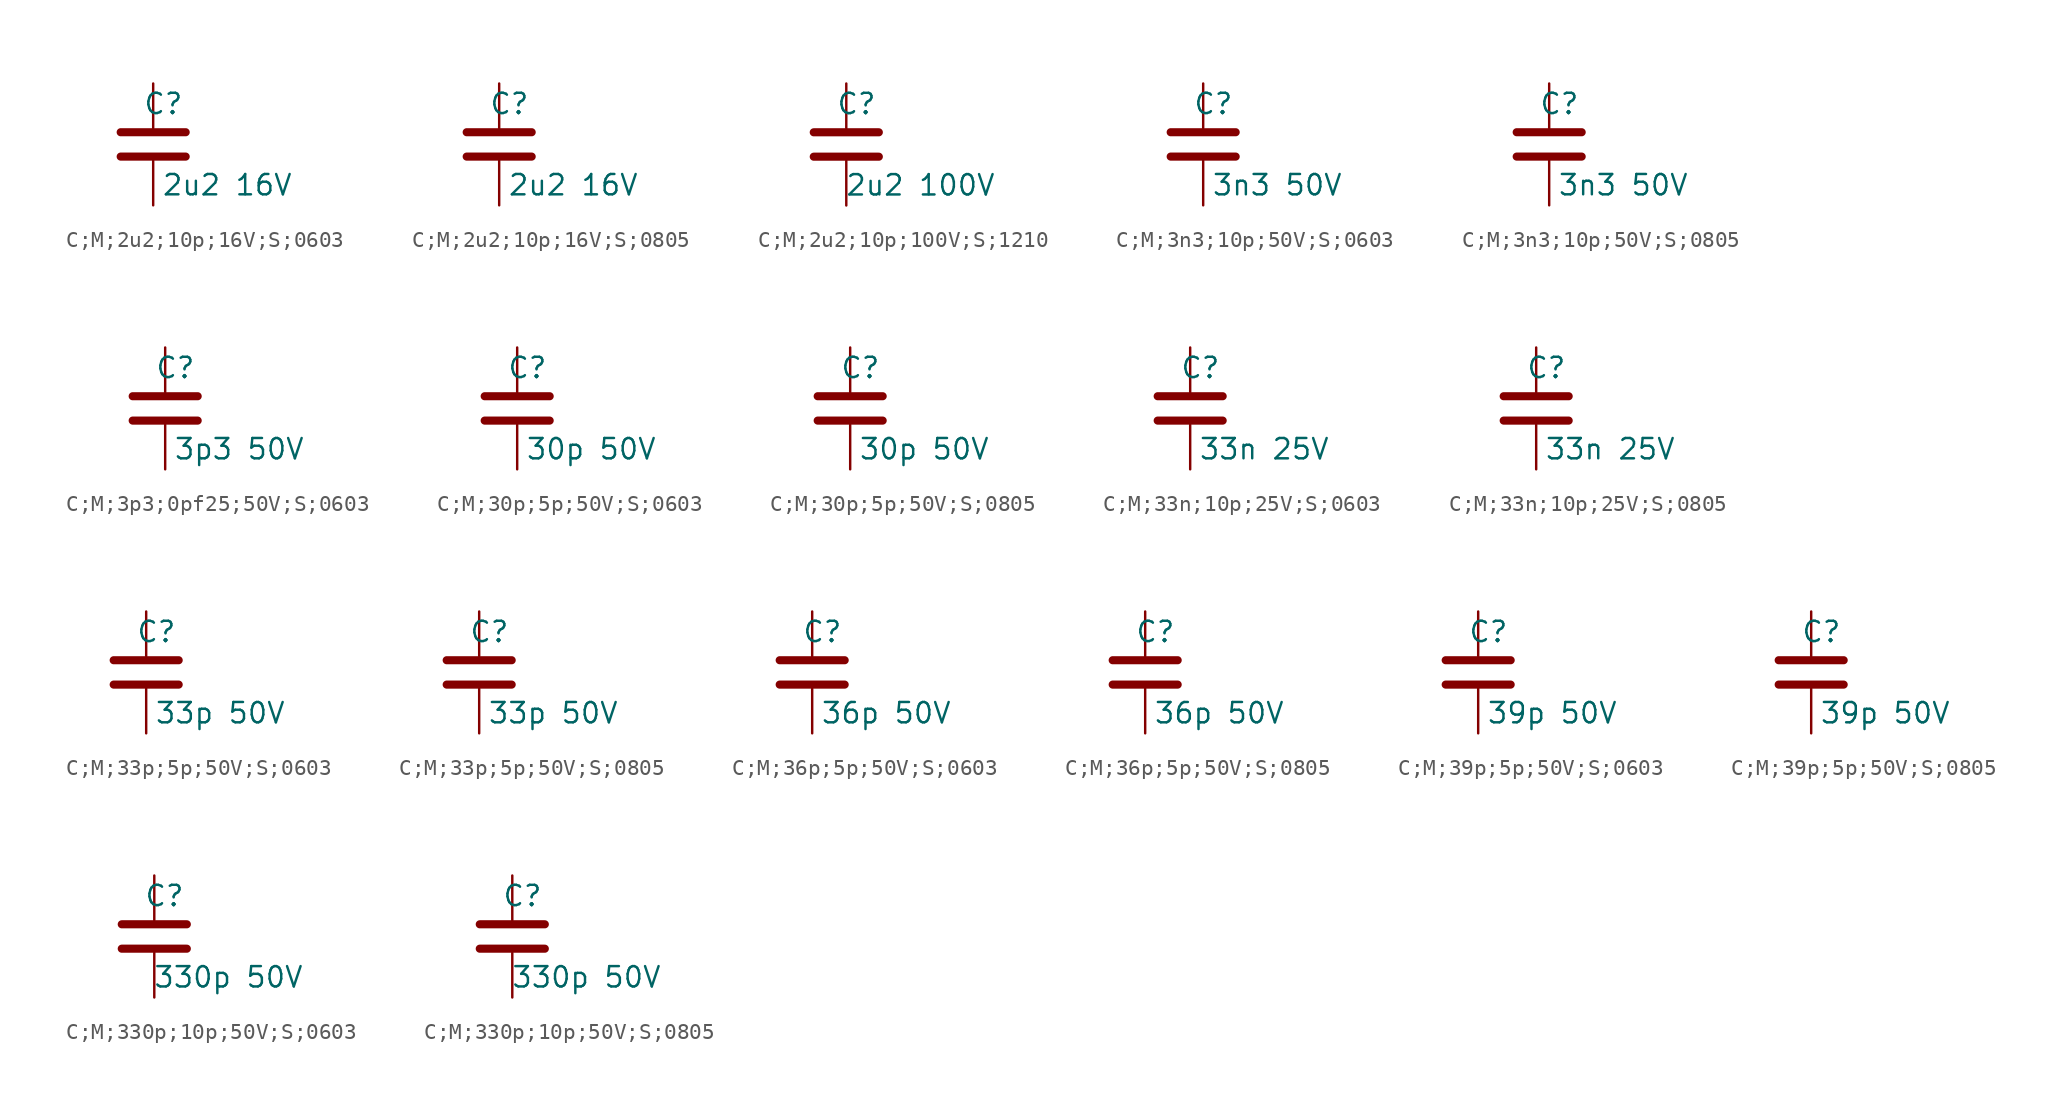
<source format=kicad_sym>
(kicad_symbol_lib
  (version 20231120)
  (generator "kicad_symbol_editor")
  (generator_version "8.0")
  (symbol "C;M;2u2;10p;16V;S;0603"
    (pin_numbers hide)
    (pin_names
      (offset 0.254))
    (property "Reference" "C"
      (at 0.635 2.54 0)
      (effects (font (size 1.27 1.27))))
    (property "Value" "2u2 16V"
      (at 4.635 -2.54 0)
      (effects (font (size 1.27 1.27))))
    (symbol "C;M;2u2;10p;16V;S;0603_0_1"
      (polyline (pts (xy -2.032 -0.762) (xy 2.032 -0.762)) (stroke (width 0.508) (type default)) (fill (type none)))
      (polyline (pts (xy -2.032 0.762) (xy 2.032 0.762)) (stroke (width 0.508) (type default)) (fill (type none))))
    (symbol "C;M;2u2;10p;16V;S;0603_1_1"
      (pin passive line (at 0 3.81 270) (length 2.794) (name "~" (effects (font (size 1.27 1.27)))) (number "1" (effects (font (size 1.27 1.27)))))
      (pin passive line (at 0 -3.81 90) (length 2.794) (name "~" (effects (font (size 1.27 1.27)))) (number "2" (effects (font (size 1.27 1.27)))))))
  (symbol "C;M;2u2;10p;16V;S;0805"
    (pin_numbers hide)
    (pin_names
      (offset 0.254))
    (property "Reference" "C"
      (at 0.635 2.54 0)
      (effects (font (size 1.27 1.27))))
    (property "Value" "2u2 16V"
      (at 4.635 -2.54 0)
      (effects (font (size 1.27 1.27))))
    (symbol "C;M;2u2;10p;16V;S;0805_0_1"
      (polyline (pts (xy -2.032 -0.762) (xy 2.032 -0.762)) (stroke (width 0.508) (type default)) (fill (type none)))
      (polyline (pts (xy -2.032 0.762) (xy 2.032 0.762)) (stroke (width 0.508) (type default)) (fill (type none))))
    (symbol "C;M;2u2;10p;16V;S;0805_1_1"
      (pin passive line (at 0 3.81 270) (length 2.794) (name "~" (effects (font (size 1.27 1.27)))) (number "1" (effects (font (size 1.27 1.27)))))
      (pin passive line (at 0 -3.81 90) (length 2.794) (name "~" (effects (font (size 1.27 1.27)))) (number "2" (effects (font (size 1.27 1.27)))))))
  (symbol "C;M;2u2;10p;100V;S;1210"
    (pin_numbers hide)
    (pin_names
      (offset 0.254))
    (property "Reference" "C"
      (at 0.635 2.54 0)
      (effects (font (size 1.27 1.27))))
    (property "Value" "2u2 100V"
      (at 4.635 -2.54 0)
      (effects (font (size 1.27 1.27))))
    (symbol "C;M;2u2;10p;100V;S;1210_0_1"
      (polyline (pts (xy -2.032 -0.762) (xy 2.032 -0.762)) (stroke (width 0.508) (type default)) (fill (type none)))
      (polyline (pts (xy -2.032 0.762) (xy 2.032 0.762)) (stroke (width 0.508) (type default)) (fill (type none))))
    (symbol "C;M;2u2;10p;100V;S;1210_1_1"
      (pin passive line (at 0 3.81 270) (length 2.794) (name "~" (effects (font (size 1.27 1.27)))) (number "1" (effects (font (size 1.27 1.27)))))
      (pin passive line (at 0 -3.81 90) (length 2.794) (name "~" (effects (font (size 1.27 1.27)))) (number "2" (effects (font (size 1.27 1.27)))))))
  (symbol "C;M;3n3;10p;50V;S;0603"
    (pin_numbers hide)
    (pin_names
      (offset 0.254))
    (property "Reference" "C"
      (at 0.635 2.54 0)
      (effects (font (size 1.27 1.27))))
    (property "Value" "3n3 50V"
      (at 4.635 -2.54 0)
      (effects (font (size 1.27 1.27))))
    (symbol "C;M;3n3;10p;50V;S;0603_0_1"
      (polyline (pts (xy -2.032 -0.762) (xy 2.032 -0.762)) (stroke (width 0.508) (type default)) (fill (type none)))
      (polyline (pts (xy -2.032 0.762) (xy 2.032 0.762)) (stroke (width 0.508) (type default)) (fill (type none))))
    (symbol "C;M;3n3;10p;50V;S;0603_1_1"
      (pin passive line (at 0 3.81 270) (length 2.794) (name "~" (effects (font (size 1.27 1.27)))) (number "1" (effects (font (size 1.27 1.27)))))
      (pin passive line (at 0 -3.81 90) (length 2.794) (name "~" (effects (font (size 1.27 1.27)))) (number "2" (effects (font (size 1.27 1.27)))))))
  (symbol "C;M;3n3;10p;50V;S;0805"
    (pin_numbers hide)
    (pin_names
      (offset 0.254))
    (property "Reference" "C"
      (at 0.635 2.54 0)
      (effects (font (size 1.27 1.27))))
    (property "Value" "3n3 50V"
      (at 4.635 -2.54 0)
      (effects (font (size 1.27 1.27))))
    (symbol "C;M;3n3;10p;50V;S;0805_0_1"
      (polyline (pts (xy -2.032 -0.762) (xy 2.032 -0.762)) (stroke (width 0.508) (type default)) (fill (type none)))
      (polyline (pts (xy -2.032 0.762) (xy 2.032 0.762)) (stroke (width 0.508) (type default)) (fill (type none))))
    (symbol "C;M;3n3;10p;50V;S;0805_1_1"
      (pin passive line (at 0 3.81 270) (length 2.794) (name "~" (effects (font (size 1.27 1.27)))) (number "1" (effects (font (size 1.27 1.27)))))
      (pin passive line (at 0 -3.81 90) (length 2.794) (name "~" (effects (font (size 1.27 1.27)))) (number "2" (effects (font (size 1.27 1.27)))))))
  (symbol "C;M;3p3;0pf25;50V;S;0603"
    (pin_numbers hide)
    (pin_names
      (offset 0.254))
    (property "Reference" "C"
      (at 0.635 2.54 0)
      (effects (font (size 1.27 1.27))))
    (property "Value" "3p3 50V"
      (at 4.635 -2.54 0)
      (effects (font (size 1.27 1.27))))
    (symbol "C;M;3p3;0pf25;50V;S;0603_0_1"
      (polyline (pts (xy -2.032 -0.762) (xy 2.032 -0.762)) (stroke (width 0.508) (type default)) (fill (type none)))
      (polyline (pts (xy -2.032 0.762) (xy 2.032 0.762)) (stroke (width 0.508) (type default)) (fill (type none))))
    (symbol "C;M;3p3;0pf25;50V;S;0603_1_1"
      (pin passive line (at 0 3.81 270) (length 2.794) (name "~" (effects (font (size 1.27 1.27)))) (number "1" (effects (font (size 1.27 1.27)))))
      (pin passive line (at 0 -3.81 90) (length 2.794) (name "~" (effects (font (size 1.27 1.27)))) (number "2" (effects (font (size 1.27 1.27)))))))
  (symbol "C;M;30p;5p;50V;S;0603"
    (pin_numbers hide)
    (pin_names
      (offset 0.254))
    (property "Reference" "C"
      (at 0.635 2.54 0)
      (effects (font (size 1.27 1.27))))
    (property "Value" "30p 50V"
      (at 4.635 -2.54 0)
      (effects (font (size 1.27 1.27))))
    (symbol "C;M;30p;5p;50V;S;0603_0_1"
      (polyline (pts (xy -2.032 -0.762) (xy 2.032 -0.762)) (stroke (width 0.508) (type default)) (fill (type none)))
      (polyline (pts (xy -2.032 0.762) (xy 2.032 0.762)) (stroke (width 0.508) (type default)) (fill (type none))))
    (symbol "C;M;30p;5p;50V;S;0603_1_1"
      (pin passive line (at 0 3.81 270) (length 2.794) (name "~" (effects (font (size 1.27 1.27)))) (number "1" (effects (font (size 1.27 1.27)))))
      (pin passive line (at 0 -3.81 90) (length 2.794) (name "~" (effects (font (size 1.27 1.27)))) (number "2" (effects (font (size 1.27 1.27)))))))
  (symbol "C;M;30p;5p;50V;S;0805"
    (pin_numbers hide)
    (pin_names
      (offset 0.254))
    (property "Reference" "C"
      (at 0.635 2.54 0)
      (effects (font (size 1.27 1.27))))
    (property "Value" "30p 50V"
      (at 4.635 -2.54 0)
      (effects (font (size 1.27 1.27))))
    (symbol "C;M;30p;5p;50V;S;0805_0_1"
      (polyline (pts (xy -2.032 -0.762) (xy 2.032 -0.762)) (stroke (width 0.508) (type default)) (fill (type none)))
      (polyline (pts (xy -2.032 0.762) (xy 2.032 0.762)) (stroke (width 0.508) (type default)) (fill (type none))))
    (symbol "C;M;30p;5p;50V;S;0805_1_1"
      (pin passive line (at 0 3.81 270) (length 2.794) (name "~" (effects (font (size 1.27 1.27)))) (number "1" (effects (font (size 1.27 1.27)))))
      (pin passive line (at 0 -3.81 90) (length 2.794) (name "~" (effects (font (size 1.27 1.27)))) (number "2" (effects (font (size 1.27 1.27)))))))
  (symbol "C;M;33n;10p;25V;S;0603"
    (pin_numbers hide)
    (pin_names
      (offset 0.254))
    (property "Reference" "C"
      (at 0.635 2.54 0)
      (effects (font (size 1.27 1.27))))
    (property "Value" "33n 25V"
      (at 4.635 -2.54 0)
      (effects (font (size 1.27 1.27))))
    (symbol "C;M;33n;10p;25V;S;0603_0_1"
      (polyline (pts (xy -2.032 -0.762) (xy 2.032 -0.762)) (stroke (width 0.508) (type default)) (fill (type none)))
      (polyline (pts (xy -2.032 0.762) (xy 2.032 0.762)) (stroke (width 0.508) (type default)) (fill (type none))))
    (symbol "C;M;33n;10p;25V;S;0603_1_1"
      (pin passive line (at 0 3.81 270) (length 2.794) (name "~" (effects (font (size 1.27 1.27)))) (number "1" (effects (font (size 1.27 1.27)))))
      (pin passive line (at 0 -3.81 90) (length 2.794) (name "~" (effects (font (size 1.27 1.27)))) (number "2" (effects (font (size 1.27 1.27)))))))
  (symbol "C;M;33n;10p;25V;S;0805"
    (pin_numbers hide)
    (pin_names
      (offset 0.254))
    (property "Reference" "C"
      (at 0.635 2.54 0)
      (effects (font (size 1.27 1.27))))
    (property "Value" "33n 25V"
      (at 4.635 -2.54 0)
      (effects (font (size 1.27 1.27))))
    (symbol "C;M;33n;10p;25V;S;0805_0_1"
      (polyline (pts (xy -2.032 -0.762) (xy 2.032 -0.762)) (stroke (width 0.508) (type default)) (fill (type none)))
      (polyline (pts (xy -2.032 0.762) (xy 2.032 0.762)) (stroke (width 0.508) (type default)) (fill (type none))))
    (symbol "C;M;33n;10p;25V;S;0805_1_1"
      (pin passive line (at 0 3.81 270) (length 2.794) (name "~" (effects (font (size 1.27 1.27)))) (number "1" (effects (font (size 1.27 1.27)))))
      (pin passive line (at 0 -3.81 90) (length 2.794) (name "~" (effects (font (size 1.27 1.27)))) (number "2" (effects (font (size 1.27 1.27)))))))
  (symbol "C;M;33p;5p;50V;S;0603"
    (pin_numbers hide)
    (pin_names
      (offset 0.254))
    (property "Reference" "C"
      (at 0.635 2.54 0)
      (effects (font (size 1.27 1.27))))
    (property "Value" "33p 50V"
      (at 4.635 -2.54 0)
      (effects (font (size 1.27 1.27))))
    (symbol "C;M;33p;5p;50V;S;0603_0_1"
      (polyline (pts (xy -2.032 -0.762) (xy 2.032 -0.762)) (stroke (width 0.508) (type default)) (fill (type none)))
      (polyline (pts (xy -2.032 0.762) (xy 2.032 0.762)) (stroke (width 0.508) (type default)) (fill (type none))))
    (symbol "C;M;33p;5p;50V;S;0603_1_1"
      (pin passive line (at 0 3.81 270) (length 2.794) (name "~" (effects (font (size 1.27 1.27)))) (number "1" (effects (font (size 1.27 1.27)))))
      (pin passive line (at 0 -3.81 90) (length 2.794) (name "~" (effects (font (size 1.27 1.27)))) (number "2" (effects (font (size 1.27 1.27)))))))
  (symbol "C;M;33p;5p;50V;S;0805"
    (pin_numbers hide)
    (pin_names
      (offset 0.254))
    (property "Reference" "C"
      (at 0.635 2.54 0)
      (effects (font (size 1.27 1.27))))
    (property "Value" "33p 50V"
      (at 4.635 -2.54 0)
      (effects (font (size 1.27 1.27))))
    (symbol "C;M;33p;5p;50V;S;0805_0_1"
      (polyline (pts (xy -2.032 -0.762) (xy 2.032 -0.762)) (stroke (width 0.508) (type default)) (fill (type none)))
      (polyline (pts (xy -2.032 0.762) (xy 2.032 0.762)) (stroke (width 0.508) (type default)) (fill (type none))))
    (symbol "C;M;33p;5p;50V;S;0805_1_1"
      (pin passive line (at 0 3.81 270) (length 2.794) (name "~" (effects (font (size 1.27 1.27)))) (number "1" (effects (font (size 1.27 1.27)))))
      (pin passive line (at 0 -3.81 90) (length 2.794) (name "~" (effects (font (size 1.27 1.27)))) (number "2" (effects (font (size 1.27 1.27)))))))
  (symbol "C;M;36p;5p;50V;S;0603"
    (pin_numbers hide)
    (pin_names
      (offset 0.254))
    (property "Reference" "C"
      (at 0.635 2.54 0)
      (effects (font (size 1.27 1.27))))
    (property "Value" "36p 50V"
      (at 4.635 -2.54 0)
      (effects (font (size 1.27 1.27))))
    (symbol "C;M;36p;5p;50V;S;0603_0_1"
      (polyline (pts (xy -2.032 -0.762) (xy 2.032 -0.762)) (stroke (width 0.508) (type default)) (fill (type none)))
      (polyline (pts (xy -2.032 0.762) (xy 2.032 0.762)) (stroke (width 0.508) (type default)) (fill (type none))))
    (symbol "C;M;36p;5p;50V;S;0603_1_1"
      (pin passive line (at 0 3.81 270) (length 2.794) (name "~" (effects (font (size 1.27 1.27)))) (number "1" (effects (font (size 1.27 1.27)))))
      (pin passive line (at 0 -3.81 90) (length 2.794) (name "~" (effects (font (size 1.27 1.27)))) (number "2" (effects (font (size 1.27 1.27)))))))
  (symbol "C;M;36p;5p;50V;S;0805"
    (pin_numbers hide)
    (pin_names
      (offset 0.254))
    (property "Reference" "C"
      (at 0.635 2.54 0)
      (effects (font (size 1.27 1.27))))
    (property "Value" "36p 50V"
      (at 4.635 -2.54 0)
      (effects (font (size 1.27 1.27))))
    (symbol "C;M;36p;5p;50V;S;0805_0_1"
      (polyline (pts (xy -2.032 -0.762) (xy 2.032 -0.762)) (stroke (width 0.508) (type default)) (fill (type none)))
      (polyline (pts (xy -2.032 0.762) (xy 2.032 0.762)) (stroke (width 0.508) (type default)) (fill (type none))))
    (symbol "C;M;36p;5p;50V;S;0805_1_1"
      (pin passive line (at 0 3.81 270) (length 2.794) (name "~" (effects (font (size 1.27 1.27)))) (number "1" (effects (font (size 1.27 1.27)))))
      (pin passive line (at 0 -3.81 90) (length 2.794) (name "~" (effects (font (size 1.27 1.27)))) (number "2" (effects (font (size 1.27 1.27)))))))
  (symbol "C;M;39p;5p;50V;S;0603"
    (pin_numbers hide)
    (pin_names
      (offset 0.254))
    (property "Reference" "C"
      (at 0.635 2.54 0)
      (effects (font (size 1.27 1.27))))
    (property "Value" "39p 50V"
      (at 4.635 -2.54 0)
      (effects (font (size 1.27 1.27))))
    (symbol "C;M;39p;5p;50V;S;0603_0_1"
      (polyline (pts (xy -2.032 -0.762) (xy 2.032 -0.762)) (stroke (width 0.508) (type default)) (fill (type none)))
      (polyline (pts (xy -2.032 0.762) (xy 2.032 0.762)) (stroke (width 0.508) (type default)) (fill (type none))))
    (symbol "C;M;39p;5p;50V;S;0603_1_1"
      (pin passive line (at 0 3.81 270) (length 2.794) (name "~" (effects (font (size 1.27 1.27)))) (number "1" (effects (font (size 1.27 1.27)))))
      (pin passive line (at 0 -3.81 90) (length 2.794) (name "~" (effects (font (size 1.27 1.27)))) (number "2" (effects (font (size 1.27 1.27)))))))
  (symbol "C;M;39p;5p;50V;S;0805"
    (pin_numbers hide)
    (pin_names
      (offset 0.254))
    (property "Reference" "C"
      (at 0.635 2.54 0)
      (effects (font (size 1.27 1.27))))
    (property "Value" "39p 50V"
      (at 4.635 -2.54 0)
      (effects (font (size 1.27 1.27))))
    (symbol "C;M;39p;5p;50V;S;0805_0_1"
      (polyline (pts (xy -2.032 -0.762) (xy 2.032 -0.762)) (stroke (width 0.508) (type default)) (fill (type none)))
      (polyline (pts (xy -2.032 0.762) (xy 2.032 0.762)) (stroke (width 0.508) (type default)) (fill (type none))))
    (symbol "C;M;39p;5p;50V;S;0805_1_1"
      (pin passive line (at 0 3.81 270) (length 2.794) (name "~" (effects (font (size 1.27 1.27)))) (number "1" (effects (font (size 1.27 1.27)))))
      (pin passive line (at 0 -3.81 90) (length 2.794) (name "~" (effects (font (size 1.27 1.27)))) (number "2" (effects (font (size 1.27 1.27)))))))
  (symbol "C;M;330p;10p;50V;S;0603"
    (pin_numbers hide)
    (pin_names
      (offset 0.254))
    (property "Reference" "C"
      (at 0.635 2.54 0)
      (effects (font (size 1.27 1.27))))
    (property "Value" "330p 50V"
      (at 4.635 -2.54 0)
      (effects (font (size 1.27 1.27))))
    (symbol "C;M;330p;10p;50V;S;0603_0_1"
      (polyline (pts (xy -2.032 -0.762) (xy 2.032 -0.762)) (stroke (width 0.508) (type default)) (fill (type none)))
      (polyline (pts (xy -2.032 0.762) (xy 2.032 0.762)) (stroke (width 0.508) (type default)) (fill (type none))))
    (symbol "C;M;330p;10p;50V;S;0603_1_1"
      (pin passive line (at 0 3.81 270) (length 2.794) (name "~" (effects (font (size 1.27 1.27)))) (number "1" (effects (font (size 1.27 1.27)))))
      (pin passive line (at 0 -3.81 90) (length 2.794) (name "~" (effects (font (size 1.27 1.27)))) (number "2" (effects (font (size 1.27 1.27)))))))
  (symbol "C;M;330p;10p;50V;S;0805"
    (pin_numbers hide)
    (pin_names
      (offset 0.254))
    (property "Reference" "C"
      (at 0.635 2.54 0)
      (effects (font (size 1.27 1.27))))
    (property "Value" "330p 50V"
      (at 4.635 -2.54 0)
      (effects (font (size 1.27 1.27))))
    (symbol "C;M;330p;10p;50V;S;0805_0_1"
      (polyline (pts (xy -2.032 -0.762) (xy 2.032 -0.762)) (stroke (width 0.508) (type default)) (fill (type none)))
      (polyline (pts (xy -2.032 0.762) (xy 2.032 0.762)) (stroke (width 0.508) (type default)) (fill (type none))))
    (symbol "C;M;330p;10p;50V;S;0805_1_1"
      (pin passive line (at 0 3.81 270) (length 2.794) (name "~" (effects (font (size 1.27 1.27)))) (number "1" (effects (font (size 1.27 1.27)))))
      (pin passive line (at 0 -3.81 90) (length 2.794) (name "~" (effects (font (size 1.27 1.27)))) (number "2" (effects (font (size 1.27 1.27))))))))
</source>
